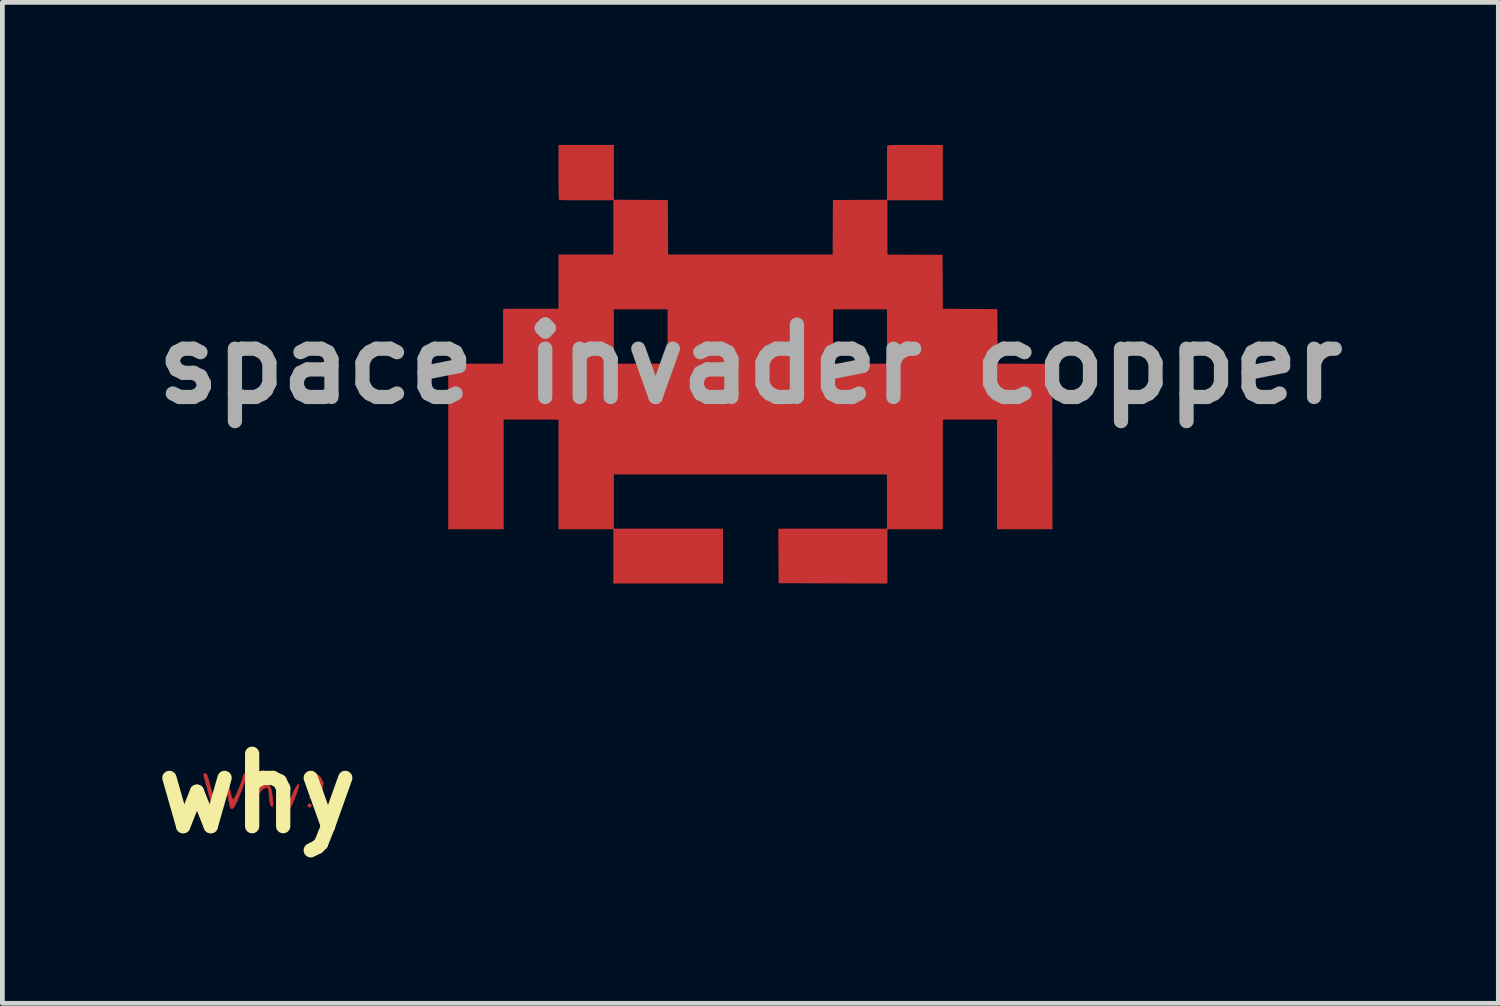
<source format=kicad_pcb>
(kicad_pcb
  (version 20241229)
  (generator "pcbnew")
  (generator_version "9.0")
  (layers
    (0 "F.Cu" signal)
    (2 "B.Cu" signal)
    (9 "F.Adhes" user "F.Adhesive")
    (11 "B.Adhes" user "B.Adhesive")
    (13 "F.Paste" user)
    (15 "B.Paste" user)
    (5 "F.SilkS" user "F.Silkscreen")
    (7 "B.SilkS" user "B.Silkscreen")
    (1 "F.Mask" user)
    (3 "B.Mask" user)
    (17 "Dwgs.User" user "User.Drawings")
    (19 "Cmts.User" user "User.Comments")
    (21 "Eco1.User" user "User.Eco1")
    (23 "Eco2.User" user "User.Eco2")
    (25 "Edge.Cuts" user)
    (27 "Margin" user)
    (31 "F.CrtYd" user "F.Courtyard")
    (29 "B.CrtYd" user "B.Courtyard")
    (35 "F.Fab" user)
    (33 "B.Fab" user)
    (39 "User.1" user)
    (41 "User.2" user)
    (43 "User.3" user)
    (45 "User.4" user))
  (footprint "why"
    (layer "F.Cu")
    (at 2.366 13.65)
    (property "Reference" "why" (at 0 0 0) (layer "F.SilkS") (effects (font (size 1.524 1.524) (thickness 0.3))))
    (attr through_hole)
    (fp_poly (pts (xy 1.142 0.244) (xy 1.143 0.254) (xy 1.111 0.295) (xy 1.101 0.296) (xy 1.06 0.264) (xy 1.058 0.254) (xy 1.091 0.213) (xy 1.101 0.212) (xy 1.142 0.244)) (stroke (width 0.01) (type solid)) (fill yes) (layer "F.Cu"))
    (fp_poly (pts (xy 1.273 -0.393) (xy 1.327 -0.346) (xy 1.391 -0.225) (xy 1.371 -0.102) (xy 1.302 -0.014) (xy 1.185 0.081) (xy 1.118 0.111) (xy 1.101 0.088) (xy 1.133 0.035) (xy 1.203 -0.023) (xy 1.307 -0.116) (xy 1.327 -0.206) (xy 1.282 -0.278) (xy 1.181 -0.327) (xy 1.083 -0.322) (xy 0.998 -0.309) (xy 0.987 -0.32) (xy 1.035 -0.361) (xy 1.16 -0.419) (xy 1.273 -0.393)) (stroke (width 0.01) (type solid)) (fill yes) (layer "F.Cu"))
    (fp_poly (pts (xy 0.486 -0.203) (xy 0.493 -0.191) (xy 0.523 -0.129) (xy 0.58 -0.031) (xy 0.596 -0.004) (xy 0.685 0.141) (xy 0.766 -0.042) (xy 0.819 -0.142) (xy 0.862 -0.195) (xy 0.876 -0.196) (xy 0.873 -0.147) (xy 0.841 -0.041) (xy 0.787 0.102) (xy 0.763 0.159) (xy 0.669 0.368) (xy 0.603 0.497) (xy 0.564 0.547) (xy 0.55 0.52) (xy 0.55 0.519) (xy 0.564 0.446) (xy 0.592 0.361) (xy 0.61 0.277) (xy 0.592 0.183) (xy 0.532 0.048) (xy 0.526 0.036) (xy 0.472 -0.084) (xy 0.445 -0.174) (xy 0.447 -0.205) (xy 0.486 -0.203)) (stroke (width 0.01) (type solid)) (fill yes) (layer "F.Cu"))
    (fp_poly (pts (xy -0.019 -0.428) (xy -0.004 -0.334) (xy -0.003 -0.297) (xy 0 -0.191) (xy 0.02 -0.152) (xy 0.072 -0.163) (xy 0.104 -0.178) (xy 0.194 -0.203) (xy 0.254 -0.175) (xy 0.294 -0.083) (xy 0.322 0.083) (xy 0.322 0.084) (xy 0.333 0.217) (xy 0.324 0.278) (xy 0.3 0.279) (xy 0.27 0.222) (xy 0.253 0.113) (xy 0.251 0.061) (xy 0.24 -0.07) (xy 0.207 -0.124) (xy 0.194 -0.127) (xy 0.106 -0.089) (xy 0.035 0.006) (xy -0.002 0.131) (xy -0.003 0.162) (xy -0.015 0.254) (xy -0.043 0.296) (xy -0.046 0.296) (xy -0.066 0.256) (xy -0.08 0.146) (xy -0.087 -0.022) (xy -0.088 -0.085) (xy -0.083 -0.267) (xy -0.071 -0.397) (xy -0.053 -0.461) (xy -0.046 -0.466) (xy -0.019 -0.428)) (stroke (width 0.01) (type solid)) (fill yes) (layer "F.Cu"))
    (fp_poly (pts (xy -0.228 -0.42) (xy -0.217 -0.402) (xy -0.227 -0.353) (xy -0.259 -0.259) (xy -0.317 -0.105) (xy -0.341 -0.042) (xy -0.421 0.153) (xy -0.48 0.273) (xy -0.525 0.325) (xy -0.558 0.316) (xy -0.564 0.308) (xy -0.582 0.249) (xy -0.604 0.139) (xy -0.614 0.085) (xy -0.645 -0.077) (xy -0.676 -0.155) (xy -0.711 -0.151) (xy -0.753 -0.066) (xy -0.787 0.038) (xy -0.835 0.171) (xy -0.881 0.264) (xy -0.912 0.296) (xy -0.943 0.258) (xy -0.982 0.159) (xy -1.022 0.018) (xy -1.024 0.011) (xy -1.063 -0.145) (xy -1.099 -0.275) (xy -1.122 -0.349) (xy -1.128 -0.41) (xy -1.108 -0.423) (xy -1.082 -0.417) (xy -1.061 -0.389) (xy -1.036 -0.321) (xy -1.001 -0.198) (xy -0.973 -0.09) (xy -0.939 0.017) (xy -0.906 0.053) (xy -0.867 0.015) (xy -0.819 -0.1) (xy -0.785 -0.201) (xy -0.735 -0.341) (xy -0.696 -0.413) (xy -0.662 -0.413) (xy -0.63 -0.338) (xy -0.596 -0.185) (xy -0.568 -0.032) (xy -0.543 0.07) (xy -0.513 0.124) (xy -0.506 0.127) (xy -0.477 0.091) (xy -0.431 0.001) (xy -0.38 -0.119) (xy -0.334 -0.241) (xy -0.303 -0.342) (xy -0.296 -0.383) (xy -0.264 -0.422) (xy -0.254 -0.423) (xy -0.228 -0.42)) (stroke (width 0.01) (type solid)) (fill yes) (layer "F.Cu"))
    (fp_poly (pts (xy 1.142 0.244) (xy 1.143 0.254) (xy 1.111 0.295) (xy 1.101 0.296) (xy 1.06 0.264) (xy 1.058 0.254) (xy 1.091 0.213) (xy 1.101 0.212) (xy 1.142 0.244)) (stroke (width 0.01) (type solid)) (fill yes) (layer "F.Mask"))
    (fp_poly (pts (xy 1.273 -0.393) (xy 1.327 -0.346) (xy 1.391 -0.225) (xy 1.371 -0.102) (xy 1.302 -0.014) (xy 1.185 0.081) (xy 1.118 0.111) (xy 1.101 0.088) (xy 1.133 0.035) (xy 1.203 -0.023) (xy 1.307 -0.116) (xy 1.327 -0.206) (xy 1.282 -0.278) (xy 1.181 -0.327) (xy 1.083 -0.322) (xy 0.998 -0.309) (xy 0.987 -0.32) (xy 1.035 -0.361) (xy 1.16 -0.419) (xy 1.273 -0.393)) (stroke (width 0.01) (type solid)) (fill yes) (layer "F.Mask"))
    (fp_poly (pts (xy 0.486 -0.203) (xy 0.493 -0.191) (xy 0.523 -0.129) (xy 0.58 -0.031) (xy 0.596 -0.004) (xy 0.685 0.141) (xy 0.766 -0.042) (xy 0.819 -0.142) (xy 0.862 -0.195) (xy 0.876 -0.196) (xy 0.873 -0.147) (xy 0.841 -0.041) (xy 0.787 0.102) (xy 0.763 0.159) (xy 0.669 0.368) (xy 0.603 0.497) (xy 0.564 0.547) (xy 0.55 0.52) (xy 0.55 0.519) (xy 0.564 0.446) (xy 0.592 0.361) (xy 0.61 0.277) (xy 0.592 0.183) (xy 0.532 0.048) (xy 0.526 0.036) (xy 0.472 -0.084) (xy 0.445 -0.174) (xy 0.447 -0.205) (xy 0.486 -0.203)) (stroke (width 0.01) (type solid)) (fill yes) (layer "F.Mask"))
    (fp_poly (pts (xy -0.016 -0.428) (xy -0.001 -0.334) (xy 0 -0.297) (xy 0.003 -0.191) (xy 0.023 -0.152) (xy 0.075 -0.163) (xy 0.107 -0.178) (xy 0.197 -0.203) (xy 0.258 -0.175) (xy 0.297 -0.083) (xy 0.325 0.083) (xy 0.325 0.084) (xy 0.336 0.217) (xy 0.328 0.278) (xy 0.303 0.279) (xy 0.273 0.222) (xy 0.256 0.113) (xy 0.254 0.061) (xy 0.243 -0.07) (xy 0.21 -0.124) (xy 0.197 -0.127) (xy 0.11 -0.089) (xy 0.038 0.006) (xy 0.002 0.131) (xy 0 0.162) (xy -0.012 0.254) (xy -0.04 0.296) (xy -0.042 0.296) (xy -0.063 0.256) (xy -0.077 0.146) (xy -0.084 -0.022) (xy -0.085 -0.085) (xy -0.08 -0.267) (xy -0.068 -0.397) (xy -0.049 -0.461) (xy -0.042 -0.466) (xy -0.016 -0.428)) (stroke (width 0.01) (type solid)) (fill yes) (layer "F.Mask"))
    (fp_poly (pts (xy -0.228 -0.42) (xy -0.217 -0.402) (xy -0.227 -0.353) (xy -0.259 -0.259) (xy -0.317 -0.105) (xy -0.341 -0.042) (xy -0.421 0.153) (xy -0.48 0.273) (xy -0.525 0.325) (xy -0.558 0.316) (xy -0.564 0.308) (xy -0.582 0.249) (xy -0.604 0.139) (xy -0.614 0.085) (xy -0.645 -0.077) (xy -0.676 -0.155) (xy -0.711 -0.151) (xy -0.753 -0.066) (xy -0.787 0.038) (xy -0.835 0.171) (xy -0.881 0.264) (xy -0.912 0.296) (xy -0.943 0.258) (xy -0.982 0.159) (xy -1.022 0.018) (xy -1.024 0.011) (xy -1.063 -0.145) (xy -1.099 -0.275) (xy -1.122 -0.349) (xy -1.128 -0.41) (xy -1.108 -0.423) (xy -1.082 -0.417) (xy -1.061 -0.389) (xy -1.036 -0.321) (xy -1.001 -0.198) (xy -0.973 -0.09) (xy -0.939 0.017) (xy -0.906 0.053) (xy -0.867 0.015) (xy -0.819 -0.1) (xy -0.785 -0.201) (xy -0.735 -0.341) (xy -0.696 -0.413) (xy -0.662 -0.413) (xy -0.63 -0.338) (xy -0.596 -0.185) (xy -0.568 -0.032) (xy -0.543 0.07) (xy -0.513 0.124) (xy -0.506 0.127) (xy -0.477 0.091) (xy -0.431 0.001) (xy -0.38 -0.119) (xy -0.334 -0.241) (xy -0.303 -0.342) (xy -0.296 -0.383) (xy -0.264 -0.422) (xy -0.254 -0.423) (xy -0.228 -0.42)) (stroke (width 0.01) (type solid)) (fill yes) (layer "F.Mask")))
  (footprint "space invader copper"
    (layer "F.Cu")
    (at 12.744 4.616)
    (property "Reference" "space invader copper" (at 0 0 0) (layer "F.Fab") (effects (font (size 1.524 1.524) (thickness 0.3))))
    (attr board_only exclude_from_pos_files exclude_from_bom)
    (fp_poly (pts (xy -2.874 -3.462) (xy -2.305 -3.459) (xy -1.737 -3.456) (xy -1.734 -2.882) (xy -1.731 -2.308) (xy 1.731 -2.308) (xy 1.734 -2.882) (xy 1.737 -3.456) (xy 2.305 -3.459) (xy 2.874 -3.462) (xy 2.874 -4.021) (xy 2.874 -4.133) (xy 2.874 -4.238) (xy 2.875 -4.334) (xy 2.876 -4.419) (xy 2.877 -4.49) (xy 2.878 -4.545) (xy 2.879 -4.582) (xy 2.88 -4.598) (xy 2.881 -4.598) (xy 2.884 -4.602) (xy 2.892 -4.605) (xy 2.907 -4.608) (xy 2.93 -4.611) (xy 2.963 -4.612) (xy 3.009 -4.614) (xy 3.068 -4.615) (xy 3.144 -4.615) (xy 3.237 -4.616) (xy 3.349 -4.616) (xy 3.469 -4.616) (xy 4.051 -4.616) (xy 4.051 -3.451) (xy 2.885 -3.451) (xy 2.885 -2.308) (xy 3.465 -2.305) (xy 4.045 -2.302) (xy 4.048 -1.734) (xy 4.051 -1.166) (xy 4.625 -1.163) (xy 5.199 -1.16) (xy 5.202 -0.586) (xy 5.205 -0.012) (xy 5.779 -0.009) (xy 6.353 -0.006) (xy 6.356 1.734) (xy 6.359 3.474) (xy 5.193 3.474) (xy 5.193 1.166) (xy 4.051 1.166) (xy 4.051 3.474) (xy 2.885 3.474) (xy 2.885 4.616) (xy 1.74 4.613) (xy 0.594 4.61) (xy 0.591 4.036) (xy 0.588 3.462) (xy 2.874 3.462) (xy 2.874 2.32) (xy -2.874 2.32) (xy -2.874 3.462) (xy -0.577 3.462) (xy -0.577 4.616) (xy -2.885 4.616) (xy -2.885 3.474) (xy -4.039 3.474) (xy -4.039 1.166) (xy -5.193 1.166) (xy -5.193 3.474) (xy -6.359 3.474) (xy -6.359 -0.012) (xy -5.205 -0.012) (xy -5.205 -1.154) (xy -2.874 -1.154) (xy -2.874 -0.012) (xy -1.743 -0.012) (xy -1.743 -1.154) (xy 1.743 -1.154) (xy 1.743 -0.012) (xy 2.874 -0.012) (xy 2.874 -1.154) (xy 1.743 -1.154) (xy -1.743 -1.154) (xy -2.874 -1.154) (xy -5.205 -1.154) (xy -5.205 -1.166) (xy -4.039 -1.166) (xy -4.039 -2.308) (xy -2.885 -2.308) (xy -2.885 -3.451) (xy -3.455 -3.451) (xy -3.585 -3.451) (xy -3.695 -3.451) (xy -3.784 -3.451) (xy -3.857 -3.452) (xy -3.914 -3.453) (xy -3.957 -3.454) (xy -3.988 -3.456) (xy -4.009 -3.459) (xy -4.023 -3.462) (xy -4.03 -3.465) (xy -4.032 -3.469) (xy -4.033 -3.484) (xy -4.035 -3.519) (xy -4.036 -3.573) (xy -4.037 -3.644) (xy -4.038 -3.728) (xy -4.038 -3.824) (xy -4.039 -3.929) (xy -4.039 -4.04) (xy -4.039 -4.052) (xy -4.039 -4.616) (xy -2.874 -4.616)) (stroke (width 0) (type solid)) (fill yes) (layer "F.Cu"))
    (fp_poly (pts (xy -2.874 -3.462) (xy -2.305 -3.459) (xy -1.737 -3.456) (xy -1.734 -2.882) (xy -1.731 -2.308) (xy 1.731 -2.308) (xy 1.734 -2.882) (xy 1.737 -3.456) (xy 2.305 -3.459) (xy 2.874 -3.462) (xy 2.874 -4.021) (xy 2.874 -4.133) (xy 2.874 -4.238) (xy 2.875 -4.334) (xy 2.876 -4.419) (xy 2.877 -4.49) (xy 2.878 -4.545) (xy 2.879 -4.582) (xy 2.88 -4.598) (xy 2.881 -4.598) (xy 2.884 -4.602) (xy 2.892 -4.605) (xy 2.907 -4.608) (xy 2.93 -4.611) (xy 2.963 -4.612) (xy 3.009 -4.614) (xy 3.068 -4.615) (xy 3.144 -4.615) (xy 3.237 -4.616) (xy 3.349 -4.616) (xy 3.469 -4.616) (xy 4.051 -4.616) (xy 4.051 -3.451) (xy 2.885 -3.451) (xy 2.885 -2.308) (xy 3.465 -2.305) (xy 4.045 -2.302) (xy 4.048 -1.734) (xy 4.051 -1.166) (xy 4.625 -1.163) (xy 5.199 -1.16) (xy 5.202 -0.586) (xy 5.205 -0.012) (xy 5.779 -0.009) (xy 6.353 -0.006) (xy 6.356 1.734) (xy 6.359 3.474) (xy 5.193 3.474) (xy 5.193 1.166) (xy 4.051 1.166) (xy 4.051 3.474) (xy 2.885 3.474) (xy 2.885 4.616) (xy 1.74 4.613) (xy 0.594 4.61) (xy 0.591 4.036) (xy 0.588 3.462) (xy 2.874 3.462) (xy 2.874 2.32) (xy -2.874 2.32) (xy -2.874 3.462) (xy -0.577 3.462) (xy -0.577 4.616) (xy -2.885 4.616) (xy -2.885 3.474) (xy -4.039 3.474) (xy -4.039 1.166) (xy -5.193 1.166) (xy -5.193 3.474) (xy -6.359 3.474) (xy -6.359 -0.012) (xy -5.205 -0.012) (xy -5.205 -1.154) (xy -2.874 -1.154) (xy -2.874 -0.012) (xy -1.743 -0.012) (xy -1.743 -1.154) (xy 1.743 -1.154) (xy 1.743 -0.012) (xy 2.874 -0.012) (xy 2.874 -1.154) (xy 1.743 -1.154) (xy -1.743 -1.154) (xy -2.874 -1.154) (xy -5.205 -1.154) (xy -5.205 -1.166) (xy -4.039 -1.166) (xy -4.039 -2.308) (xy -2.885 -2.308) (xy -2.885 -3.451) (xy -3.455 -3.451) (xy -3.585 -3.451) (xy -3.695 -3.451) (xy -3.784 -3.451) (xy -3.857 -3.452) (xy -3.914 -3.453) (xy -3.957 -3.454) (xy -3.988 -3.456) (xy -4.009 -3.459) (xy -4.023 -3.462) (xy -4.03 -3.465) (xy -4.032 -3.469) (xy -4.033 -3.484) (xy -4.035 -3.519) (xy -4.036 -3.573) (xy -4.037 -3.644) (xy -4.038 -3.728) (xy -4.038 -3.824) (xy -4.039 -3.929) (xy -4.039 -4.04) (xy -4.039 -4.052) (xy -4.039 -4.616) (xy -2.874 -4.616)) (stroke (width 0) (type solid)) (fill yes) (layer "F.Mask")))
  (gr_rect
    (start -3 -3)
    (end 28.487 18.068)
    (stroke (width 0.1) (type default))
    (fill no)
    (layer "Edge.Cuts")))
</source>
